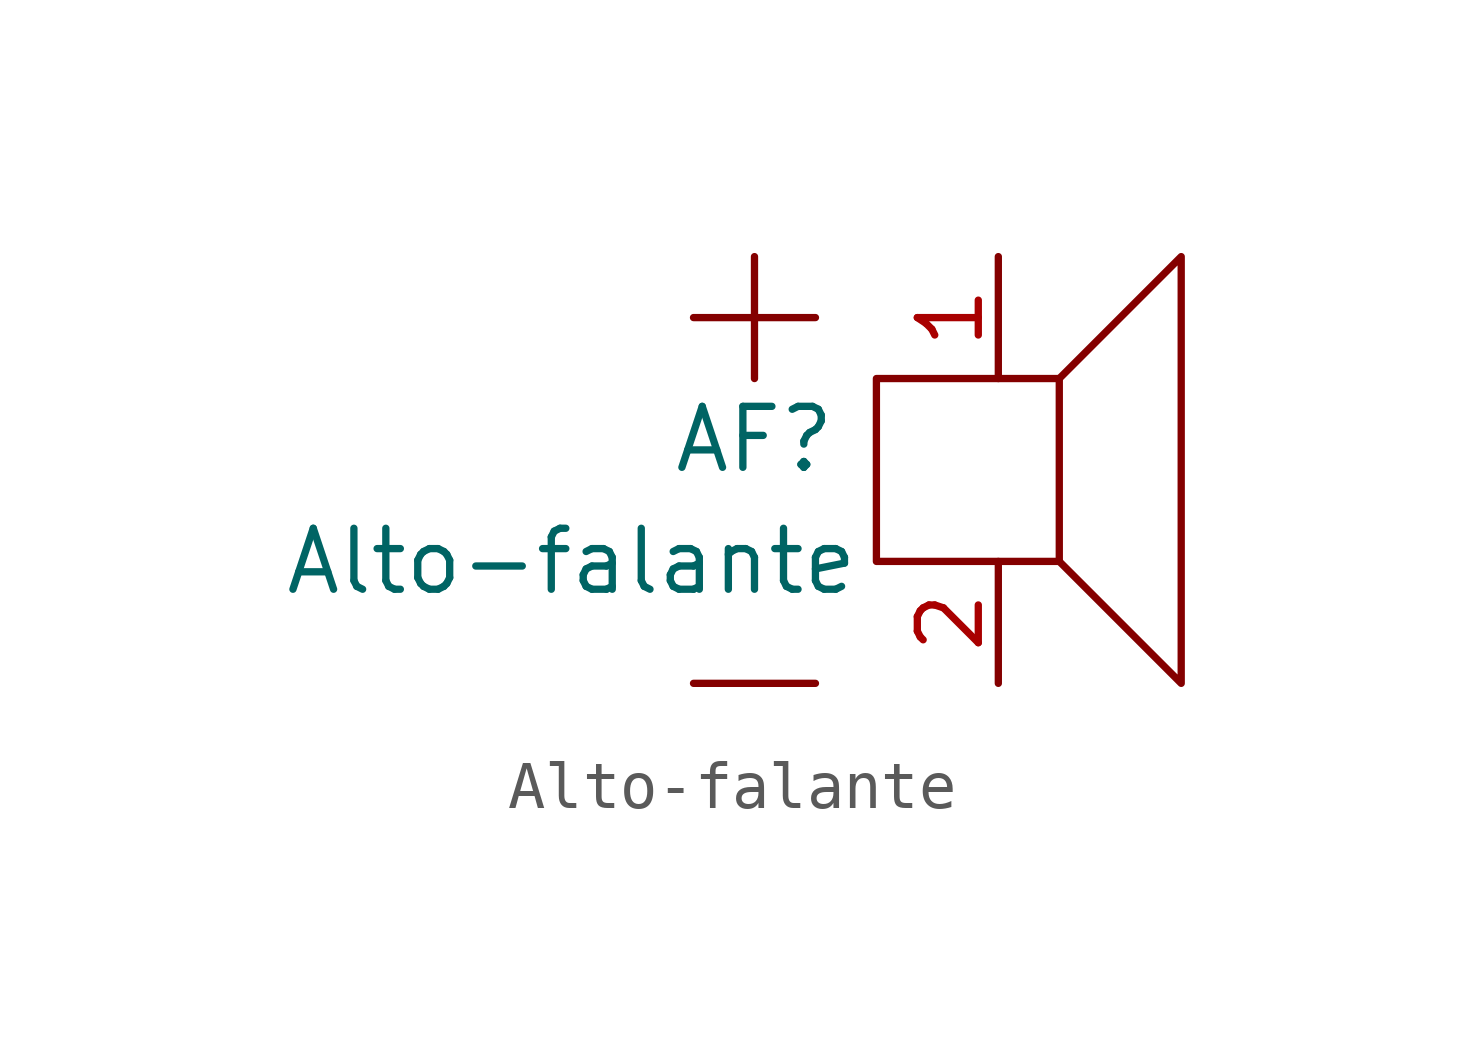
<source format=kicad_sym>
(kicad_symbol_lib
  (version 20211014)
  (generator kicad_symbol_editor)
  (symbol "Alto-falante"
    (property "Reference" "AF"
      (at -3.81 3.81 0)
      (effects (font (size 1.27 1.27))))
    (property "Value" "Alto-falante"
      (at -7.62 1.27 0)
      (effects (font (size 1.27 1.27))))
    (symbol "Alto-falante_0_1"
      (rectangle (start -1.27 5.08) (end 2.54 1.27) (stroke (width 0) (type default) (color 0 0 0 0)) (fill (type none)))
      (polyline (pts (xy -5.08 -1.27) (xy -2.54 -1.27)) (stroke (width 0) (type default) (color 0 0 0 0)) (fill (type none)))
      (polyline (pts (xy -5.08 6.35) (xy -2.54 6.35)) (stroke (width 0) (type default) (color 0 0 0 0)) (fill (type none)))
      (polyline (pts (xy -3.81 7.62) (xy -3.81 5.08)) (stroke (width 0) (type default) (color 0 0 0 0)) (fill (type none)))
      (polyline (pts (xy 2.54 1.27) (xy 5.08 -1.27) (xy 5.08 7.62) (xy 2.54 5.08)) (stroke (width 0) (type default) (color 0 0 0 0)) (fill (type none))))
    (symbol "Alto-falante_1_1"
      (pin bidirectional line (at 1.27 7.62 270) (length 2.54) (name "" (effects (font (size 1.27 1.27)))) (number "1" (effects (font (size 1.27 1.27)))))
      (pin bidirectional line (at 1.27 -1.27 90) (length 2.54) (name "" (effects (font (size 1.27 1.27)))) (number "2" (effects (font (size 1.27 1.27))))))))
</source>
